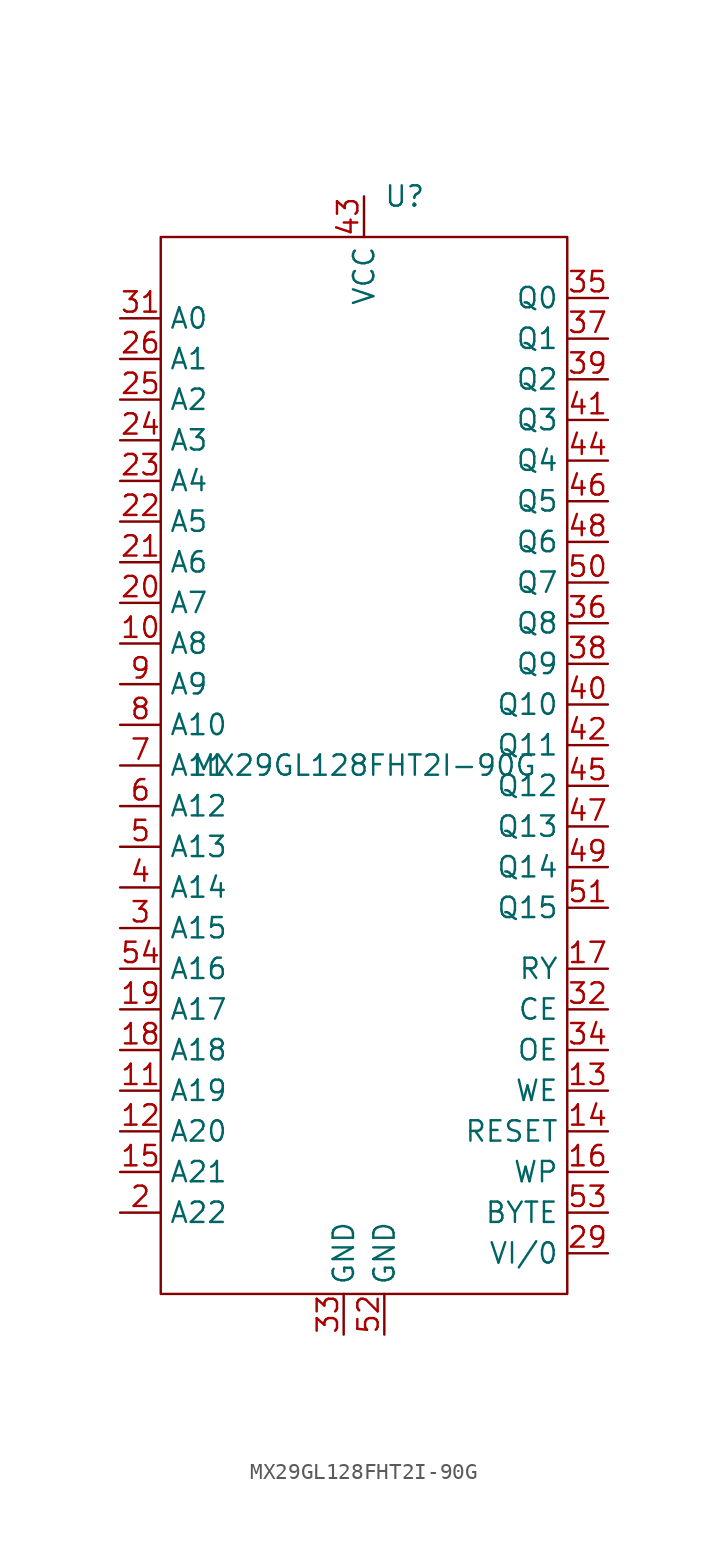
<source format=kicad_sym>
(kicad_symbol_lib
  (version 20220914)
  (generator kicad_symbol_editor)
  (symbol "MX29GL128FHT2I-90G"
    (property "Reference" "U"
      (at 2.54 35.56 0)
      (effects (font (size 1.27 1.27))))
    (property "Value" "MX29GL128FHT2I-90G"
      (at 0 0 0)
      (effects (font (size 1.27 1.27))))
    (symbol "MX29GL128FHT2I-90G_0_1"
      (rectangle (start -12.7 33.02) (end 12.7 -33.02) (stroke (width 0) (type default)) (fill (type none))))
    (symbol "MX29GL128FHT2I-90G_1_1"
      (pin no_connect line (at 0 -35.56 90) (length 2.54) hide (name "NC" (effects (font (size 1.27 1.27)))) (number "1" (effects (font (size 1.27 1.27)))))
      (pin input line (at -15.24 7.62 0) (length 2.54) (name "A8" (effects (font (size 1.27 1.27)))) (number "10" (effects (font (size 1.27 1.27)))))
      (pin input line (at -15.24 -20.32 0) (length 2.54) (name "A19" (effects (font (size 1.27 1.27)))) (number "11" (effects (font (size 1.27 1.27)))))
      (pin input line (at -15.24 -22.86 0) (length 2.54) (name "A20" (effects (font (size 1.27 1.27)))) (number "12" (effects (font (size 1.27 1.27)))))
      (pin input line (at 15.24 -20.32 180) (length 2.54) (name "WE" (effects (font (size 1.27 1.27)))) (number "13" (effects (font (size 1.27 1.27)))))
      (pin input line (at 15.24 -22.86 180) (length 2.54) (name "RESET" (effects (font (size 1.27 1.27)))) (number "14" (effects (font (size 1.27 1.27)))))
      (pin input line (at -15.24 -25.4 0) (length 2.54) (name "A21" (effects (font (size 1.27 1.27)))) (number "15" (effects (font (size 1.27 1.27)))))
      (pin input line (at 15.24 -25.4 180) (length 2.54) (name "WP" (effects (font (size 1.27 1.27)))) (number "16" (effects (font (size 1.27 1.27)))))
      (pin output line (at 15.24 -12.7 180) (length 2.54) (name "RY" (effects (font (size 1.27 1.27)))) (number "17" (effects (font (size 1.27 1.27)))))
      (pin input line (at -15.24 -17.78 0) (length 2.54) (name "A18" (effects (font (size 1.27 1.27)))) (number "18" (effects (font (size 1.27 1.27)))))
      (pin input line (at -15.24 -15.24 0) (length 2.54) (name "A17" (effects (font (size 1.27 1.27)))) (number "19" (effects (font (size 1.27 1.27)))))
      (pin input line (at -15.24 -27.94 0) (length 2.54) (name "A22" (effects (font (size 1.27 1.27)))) (number "2" (effects (font (size 1.27 1.27)))))
      (pin input line (at -15.24 10.16 0) (length 2.54) (name "A7" (effects (font (size 1.27 1.27)))) (number "20" (effects (font (size 1.27 1.27)))))
      (pin input line (at -15.24 12.7 0) (length 2.54) (name "A6" (effects (font (size 1.27 1.27)))) (number "21" (effects (font (size 1.27 1.27)))))
      (pin input line (at -15.24 15.24 0) (length 2.54) (name "A5" (effects (font (size 1.27 1.27)))) (number "22" (effects (font (size 1.27 1.27)))))
      (pin input line (at -15.24 17.78 0) (length 2.54) (name "A4" (effects (font (size 1.27 1.27)))) (number "23" (effects (font (size 1.27 1.27)))))
      (pin input line (at -15.24 20.32 0) (length 2.54) (name "A3" (effects (font (size 1.27 1.27)))) (number "24" (effects (font (size 1.27 1.27)))))
      (pin input line (at -15.24 22.86 0) (length 2.54) (name "A2" (effects (font (size 1.27 1.27)))) (number "25" (effects (font (size 1.27 1.27)))))
      (pin input line (at -15.24 25.4 0) (length 2.54) (name "A1" (effects (font (size 1.27 1.27)))) (number "26" (effects (font (size 1.27 1.27)))))
      (pin no_connect line (at 0 -35.56 90) (length 2.54) hide (name "NC" (effects (font (size 1.27 1.27)))) (number "27" (effects (font (size 1.27 1.27)))))
      (pin no_connect line (at 0 -35.56 90) (length 2.54) hide (name "NC" (effects (font (size 1.27 1.27)))) (number "28" (effects (font (size 1.27 1.27)))))
      (pin input line (at 15.24 -30.48 180) (length 2.54) (name "VI/0" (effects (font (size 1.27 1.27)))) (number "29" (effects (font (size 1.27 1.27)))))
      (pin input line (at -15.24 -10.16 0) (length 2.54) (name "A15" (effects (font (size 1.27 1.27)))) (number "3" (effects (font (size 1.27 1.27)))))
      (pin no_connect line (at 0 -35.56 90) (length 2.54) hide (name "NC" (effects (font (size 1.27 1.27)))) (number "30" (effects (font (size 1.27 1.27)))))
      (pin input line (at -15.24 27.94 0) (length 2.54) (name "A0" (effects (font (size 1.27 1.27)))) (number "31" (effects (font (size 1.27 1.27)))))
      (pin input line (at 15.24 -15.24 180) (length 2.54) (name "CE" (effects (font (size 1.27 1.27)))) (number "32" (effects (font (size 1.27 1.27)))))
      (pin input line (at -1.27 -35.56 90) (length 2.54) (name "GND" (effects (font (size 1.27 1.27)))) (number "33" (effects (font (size 1.27 1.27)))))
      (pin input line (at 15.24 -17.78 180) (length 2.54) (name "OE" (effects (font (size 1.27 1.27)))) (number "34" (effects (font (size 1.27 1.27)))))
      (pin bidirectional line (at 15.24 29.21 180) (length 2.54) (name "Q0" (effects (font (size 1.27 1.27)))) (number "35" (effects (font (size 1.27 1.27)))))
      (pin bidirectional line (at 15.24 8.89 180) (length 2.54) (name "Q8" (effects (font (size 1.27 1.27)))) (number "36" (effects (font (size 1.27 1.27)))))
      (pin bidirectional line (at 15.24 26.67 180) (length 2.54) (name "Q1" (effects (font (size 1.27 1.27)))) (number "37" (effects (font (size 1.27 1.27)))))
      (pin bidirectional line (at 15.24 6.35 180) (length 2.54) (name "Q9" (effects (font (size 1.27 1.27)))) (number "38" (effects (font (size 1.27 1.27)))))
      (pin bidirectional line (at 15.24 24.13 180) (length 2.54) (name "Q2" (effects (font (size 1.27 1.27)))) (number "39" (effects (font (size 1.27 1.27)))))
      (pin input line (at -15.24 -7.62 0) (length 2.54) (name "A14" (effects (font (size 1.27 1.27)))) (number "4" (effects (font (size 1.27 1.27)))))
      (pin bidirectional line (at 15.24 3.81 180) (length 2.54) (name "Q10" (effects (font (size 1.27 1.27)))) (number "40" (effects (font (size 1.27 1.27)))))
      (pin bidirectional line (at 15.24 21.59 180) (length 2.54) (name "Q3" (effects (font (size 1.27 1.27)))) (number "41" (effects (font (size 1.27 1.27)))))
      (pin bidirectional line (at 15.24 1.27 180) (length 2.54) (name "Q11" (effects (font (size 1.27 1.27)))) (number "42" (effects (font (size 1.27 1.27)))))
      (pin input line (at 0 35.56 270) (length 2.54) (name "VCC" (effects (font (size 1.27 1.27)))) (number "43" (effects (font (size 1.27 1.27)))))
      (pin bidirectional line (at 15.24 19.05 180) (length 2.54) (name "Q4" (effects (font (size 1.27 1.27)))) (number "44" (effects (font (size 1.27 1.27)))))
      (pin bidirectional line (at 15.24 -1.27 180) (length 2.54) (name "Q12" (effects (font (size 1.27 1.27)))) (number "45" (effects (font (size 1.27 1.27)))))
      (pin bidirectional line (at 15.24 16.51 180) (length 2.54) (name "Q5" (effects (font (size 1.27 1.27)))) (number "46" (effects (font (size 1.27 1.27)))))
      (pin bidirectional line (at 15.24 -3.81 180) (length 2.54) (name "Q13" (effects (font (size 1.27 1.27)))) (number "47" (effects (font (size 1.27 1.27)))))
      (pin bidirectional line (at 15.24 13.97 180) (length 2.54) (name "Q6" (effects (font (size 1.27 1.27)))) (number "48" (effects (font (size 1.27 1.27)))))
      (pin bidirectional line (at 15.24 -6.35 180) (length 2.54) (name "Q14" (effects (font (size 1.27 1.27)))) (number "49" (effects (font (size 1.27 1.27)))))
      (pin input line (at -15.24 -5.08 0) (length 2.54) (name "A13" (effects (font (size 1.27 1.27)))) (number "5" (effects (font (size 1.27 1.27)))))
      (pin bidirectional line (at 15.24 11.43 180) (length 2.54) (name "Q7" (effects (font (size 1.27 1.27)))) (number "50" (effects (font (size 1.27 1.27)))))
      (pin bidirectional line (at 15.24 -8.89 180) (length 2.54) (name "Q15" (effects (font (size 1.27 1.27)))) (number "51" (effects (font (size 1.27 1.27)))))
      (pin input line (at 1.27 -35.56 90) (length 2.54) (name "GND" (effects (font (size 1.27 1.27)))) (number "52" (effects (font (size 1.27 1.27)))))
      (pin input line (at 15.24 -27.94 180) (length 2.54) (name "BYTE" (effects (font (size 1.27 1.27)))) (number "53" (effects (font (size 1.27 1.27)))))
      (pin input line (at -15.24 -12.7 0) (length 2.54) (name "A16" (effects (font (size 1.27 1.27)))) (number "54" (effects (font (size 1.27 1.27)))))
      (pin no_connect line (at 0 -35.56 90) (length 2.54) hide (name "NC" (effects (font (size 1.27 1.27)))) (number "55" (effects (font (size 1.27 1.27)))))
      (pin no_connect line (at 0 -35.56 90) (length 2.54) hide (name "NC" (effects (font (size 1.27 1.27)))) (number "56" (effects (font (size 1.27 1.27)))))
      (pin input line (at -15.24 -2.54 0) (length 2.54) (name "A12" (effects (font (size 1.27 1.27)))) (number "6" (effects (font (size 1.27 1.27)))))
      (pin input line (at -15.24 0 0) (length 2.54) (name "A11" (effects (font (size 1.27 1.27)))) (number "7" (effects (font (size 1.27 1.27)))))
      (pin input line (at -15.24 2.54 0) (length 2.54) (name "A10" (effects (font (size 1.27 1.27)))) (number "8" (effects (font (size 1.27 1.27)))))
      (pin input line (at -15.24 5.08 0) (length 2.54) (name "A9" (effects (font (size 1.27 1.27)))) (number "9" (effects (font (size 1.27 1.27))))))))
</source>
